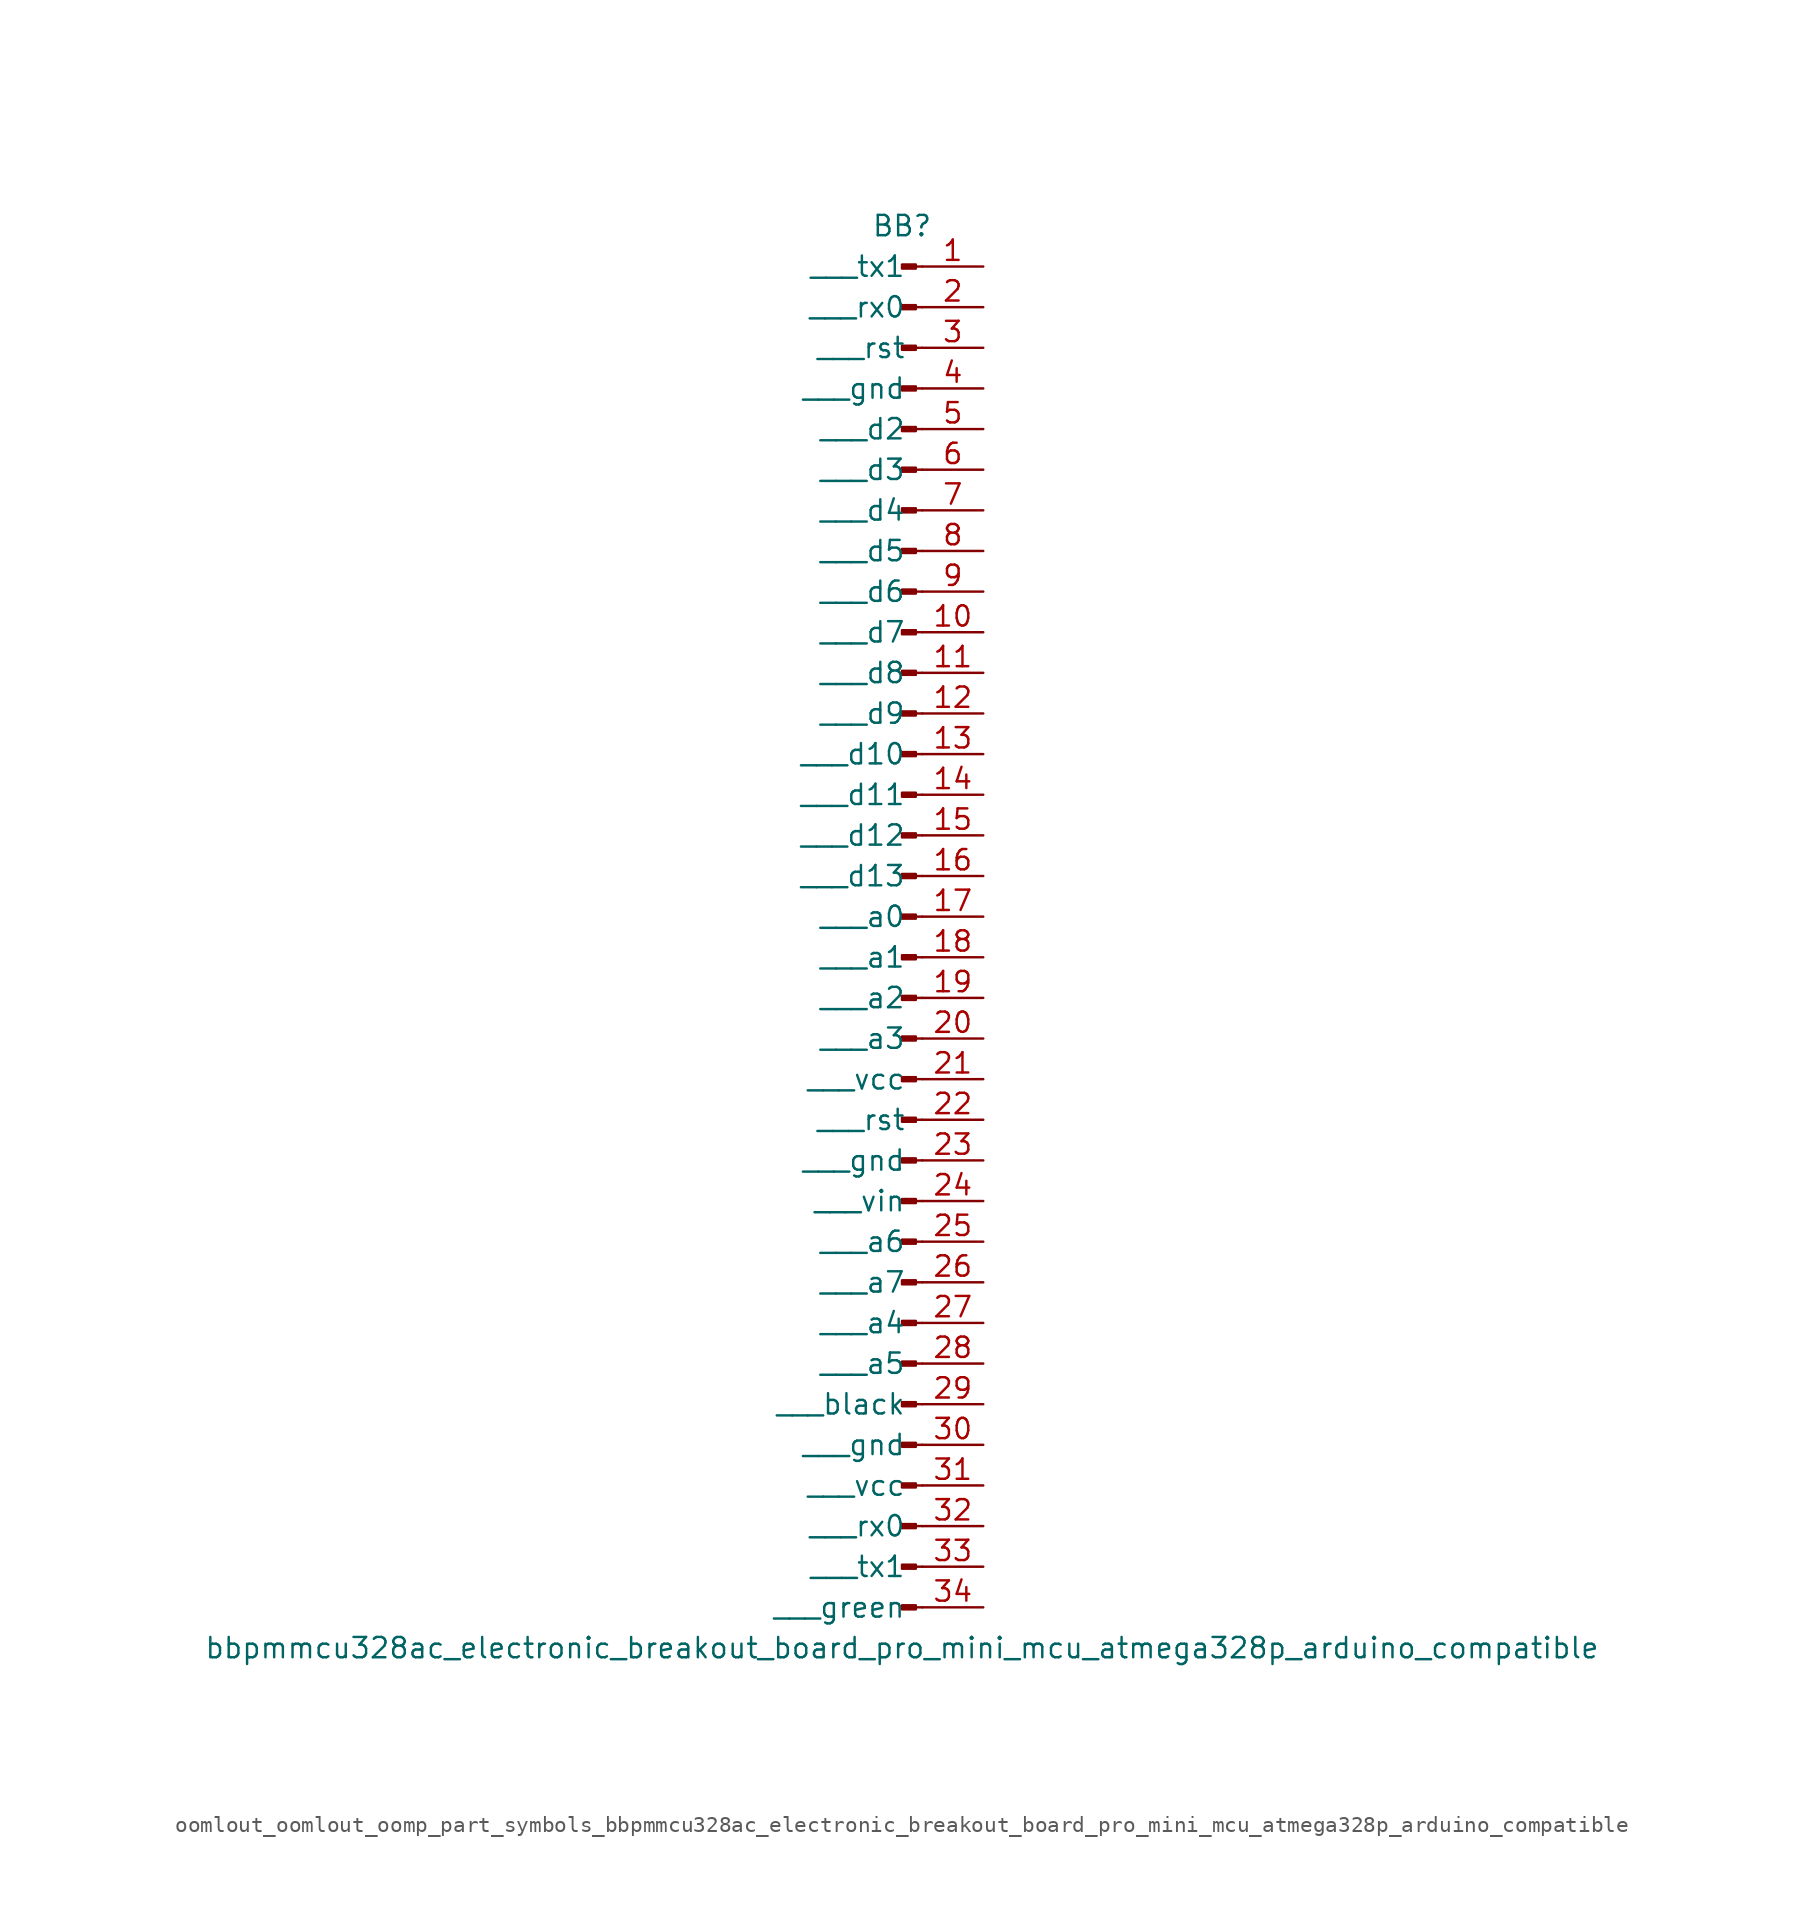
<source format=kicad_sym>
(kicad_symbol_lib
  (version 20220914)
  (generator kicad_symbol_editor)
  (symbol "oomlout_oomlout_oomp_part_symbols_bbpmmcu328ac_electronic_breakout_board_pro_mini_mcu_atmega328p_arduino_compatible"
    (pin_names
      (offset 1.016))
    (property "Reference" "BB"
      (at 0 43.18 0)
      (effects (font (size 1.27 1.27))))
    (property "Value" "bbpmmcu328ac_electronic_breakout_board_pro_mini_mcu_atmega328p_arduino_compatible"
      (at 0 -45.72 0)
      (effects (font (size 1.27 1.27))))
    (property "ki_locked" ""
      (at 0 0 0)
      (effects (font (size 1.27 1.27))))
    (symbol "oomlout_oomlout_oomp_part_symbols_bbpmmcu328ac_electronic_breakout_board_pro_mini_mcu_atmega328p_arduino_compatible_1_1"
      (polyline (pts (xy 1.27 -43.18) (xy 0.864 -43.18)) (stroke (width 0.152) (type default)) (fill (type none)))
      (polyline (pts (xy 1.27 -40.64) (xy 0.864 -40.64)) (stroke (width 0.152) (type default)) (fill (type none)))
      (polyline (pts (xy 1.27 -38.1) (xy 0.864 -38.1)) (stroke (width 0.152) (type default)) (fill (type none)))
      (polyline (pts (xy 1.27 -35.56) (xy 0.864 -35.56)) (stroke (width 0.152) (type default)) (fill (type none)))
      (polyline (pts (xy 1.27 -33.02) (xy 0.864 -33.02)) (stroke (width 0.152) (type default)) (fill (type none)))
      (polyline (pts (xy 1.27 -30.48) (xy 0.864 -30.48)) (stroke (width 0.152) (type default)) (fill (type none)))
      (polyline (pts (xy 1.27 -27.94) (xy 0.864 -27.94)) (stroke (width 0.152) (type default)) (fill (type none)))
      (polyline (pts (xy 1.27 -25.4) (xy 0.864 -25.4)) (stroke (width 0.152) (type default)) (fill (type none)))
      (polyline (pts (xy 1.27 -22.86) (xy 0.864 -22.86)) (stroke (width 0.152) (type default)) (fill (type none)))
      (polyline (pts (xy 1.27 -20.32) (xy 0.864 -20.32)) (stroke (width 0.152) (type default)) (fill (type none)))
      (polyline (pts (xy 1.27 -17.78) (xy 0.864 -17.78)) (stroke (width 0.152) (type default)) (fill (type none)))
      (polyline (pts (xy 1.27 -15.24) (xy 0.864 -15.24)) (stroke (width 0.152) (type default)) (fill (type none)))
      (polyline (pts (xy 1.27 -12.7) (xy 0.864 -12.7)) (stroke (width 0.152) (type default)) (fill (type none)))
      (polyline (pts (xy 1.27 -10.16) (xy 0.864 -10.16)) (stroke (width 0.152) (type default)) (fill (type none)))
      (polyline (pts (xy 1.27 -7.62) (xy 0.864 -7.62)) (stroke (width 0.152) (type default)) (fill (type none)))
      (polyline (pts (xy 1.27 -5.08) (xy 0.864 -5.08)) (stroke (width 0.152) (type default)) (fill (type none)))
      (polyline (pts (xy 1.27 -2.54) (xy 0.864 -2.54)) (stroke (width 0.152) (type default)) (fill (type none)))
      (polyline (pts (xy 1.27 0) (xy 0.864 0)) (stroke (width 0.152) (type default)) (fill (type none)))
      (polyline (pts (xy 1.27 2.54) (xy 0.864 2.54)) (stroke (width 0.152) (type default)) (fill (type none)))
      (polyline (pts (xy 1.27 5.08) (xy 0.864 5.08)) (stroke (width 0.152) (type default)) (fill (type none)))
      (polyline (pts (xy 1.27 7.62) (xy 0.864 7.62)) (stroke (width 0.152) (type default)) (fill (type none)))
      (polyline (pts (xy 1.27 10.16) (xy 0.864 10.16)) (stroke (width 0.152) (type default)) (fill (type none)))
      (polyline (pts (xy 1.27 12.7) (xy 0.864 12.7)) (stroke (width 0.152) (type default)) (fill (type none)))
      (polyline (pts (xy 1.27 15.24) (xy 0.864 15.24)) (stroke (width 0.152) (type default)) (fill (type none)))
      (polyline (pts (xy 1.27 17.78) (xy 0.864 17.78)) (stroke (width 0.152) (type default)) (fill (type none)))
      (polyline (pts (xy 1.27 20.32) (xy 0.864 20.32)) (stroke (width 0.152) (type default)) (fill (type none)))
      (polyline (pts (xy 1.27 22.86) (xy 0.864 22.86)) (stroke (width 0.152) (type default)) (fill (type none)))
      (polyline (pts (xy 1.27 25.4) (xy 0.864 25.4)) (stroke (width 0.152) (type default)) (fill (type none)))
      (polyline (pts (xy 1.27 27.94) (xy 0.864 27.94)) (stroke (width 0.152) (type default)) (fill (type none)))
      (polyline (pts (xy 1.27 30.48) (xy 0.864 30.48)) (stroke (width 0.152) (type default)) (fill (type none)))
      (polyline (pts (xy 1.27 33.02) (xy 0.864 33.02)) (stroke (width 0.152) (type default)) (fill (type none)))
      (polyline (pts (xy 1.27 35.56) (xy 0.864 35.56)) (stroke (width 0.152) (type default)) (fill (type none)))
      (polyline (pts (xy 1.27 38.1) (xy 0.864 38.1)) (stroke (width 0.152) (type default)) (fill (type none)))
      (polyline (pts (xy 1.27 40.64) (xy 0.864 40.64)) (stroke (width 0.152) (type default)) (fill (type none)))
      (rectangle (start 0.864 -43.053) (end 0 -43.307) (stroke (width 0.152) (type default)) (fill (type outline)))
      (rectangle (start 0.864 -40.513) (end 0 -40.767) (stroke (width 0.152) (type default)) (fill (type outline)))
      (rectangle (start 0.864 -37.973) (end 0 -38.227) (stroke (width 0.152) (type default)) (fill (type outline)))
      (rectangle (start 0.864 -35.433) (end 0 -35.687) (stroke (width 0.152) (type default)) (fill (type outline)))
      (rectangle (start 0.864 -32.893) (end 0 -33.147) (stroke (width 0.152) (type default)) (fill (type outline)))
      (rectangle (start 0.864 -30.353) (end 0 -30.607) (stroke (width 0.152) (type default)) (fill (type outline)))
      (rectangle (start 0.864 -27.813) (end 0 -28.067) (stroke (width 0.152) (type default)) (fill (type outline)))
      (rectangle (start 0.864 -25.273) (end 0 -25.527) (stroke (width 0.152) (type default)) (fill (type outline)))
      (rectangle (start 0.864 -22.733) (end 0 -22.987) (stroke (width 0.152) (type default)) (fill (type outline)))
      (rectangle (start 0.864 -20.193) (end 0 -20.447) (stroke (width 0.152) (type default)) (fill (type outline)))
      (rectangle (start 0.864 -17.653) (end 0 -17.907) (stroke (width 0.152) (type default)) (fill (type outline)))
      (rectangle (start 0.864 -15.113) (end 0 -15.367) (stroke (width 0.152) (type default)) (fill (type outline)))
      (rectangle (start 0.864 -12.573) (end 0 -12.827) (stroke (width 0.152) (type default)) (fill (type outline)))
      (rectangle (start 0.864 -10.033) (end 0 -10.287) (stroke (width 0.152) (type default)) (fill (type outline)))
      (rectangle (start 0.864 -7.493) (end 0 -7.747) (stroke (width 0.152) (type default)) (fill (type outline)))
      (rectangle (start 0.864 -4.953) (end 0 -5.207) (stroke (width 0.152) (type default)) (fill (type outline)))
      (rectangle (start 0.864 -2.413) (end 0 -2.667) (stroke (width 0.152) (type default)) (fill (type outline)))
      (rectangle (start 0.864 0.127) (end 0 -0.127) (stroke (width 0.152) (type default)) (fill (type outline)))
      (rectangle (start 0.864 2.667) (end 0 2.413) (stroke (width 0.152) (type default)) (fill (type outline)))
      (rectangle (start 0.864 5.207) (end 0 4.953) (stroke (width 0.152) (type default)) (fill (type outline)))
      (rectangle (start 0.864 7.747) (end 0 7.493) (stroke (width 0.152) (type default)) (fill (type outline)))
      (rectangle (start 0.864 10.287) (end 0 10.033) (stroke (width 0.152) (type default)) (fill (type outline)))
      (rectangle (start 0.864 12.827) (end 0 12.573) (stroke (width 0.152) (type default)) (fill (type outline)))
      (rectangle (start 0.864 15.367) (end 0 15.113) (stroke (width 0.152) (type default)) (fill (type outline)))
      (rectangle (start 0.864 17.907) (end 0 17.653) (stroke (width 0.152) (type default)) (fill (type outline)))
      (rectangle (start 0.864 20.447) (end 0 20.193) (stroke (width 0.152) (type default)) (fill (type outline)))
      (rectangle (start 0.864 22.987) (end 0 22.733) (stroke (width 0.152) (type default)) (fill (type outline)))
      (rectangle (start 0.864 25.527) (end 0 25.273) (stroke (width 0.152) (type default)) (fill (type outline)))
      (rectangle (start 0.864 28.067) (end 0 27.813) (stroke (width 0.152) (type default)) (fill (type outline)))
      (rectangle (start 0.864 30.607) (end 0 30.353) (stroke (width 0.152) (type default)) (fill (type outline)))
      (rectangle (start 0.864 33.147) (end 0 32.893) (stroke (width 0.152) (type default)) (fill (type outline)))
      (rectangle (start 0.864 35.687) (end 0 35.433) (stroke (width 0.152) (type default)) (fill (type outline)))
      (rectangle (start 0.864 38.227) (end 0 37.973) (stroke (width 0.152) (type default)) (fill (type outline)))
      (rectangle (start 0.864 40.767) (end 0 40.513) (stroke (width 0.152) (type default)) (fill (type outline)))
      (pin passive line (at 5.08 40.64 180) (length 3.81) (name "   tx1" (effects (font (size 1.27 1.27)))) (number "1" (effects (font (size 1.27 1.27)))))
      (pin passive line (at 5.08 17.78 180) (length 3.81) (name "   d7" (effects (font (size 1.27 1.27)))) (number "10" (effects (font (size 1.27 1.27)))))
      (pin passive line (at 5.08 15.24 180) (length 3.81) (name "   d8" (effects (font (size 1.27 1.27)))) (number "11" (effects (font (size 1.27 1.27)))))
      (pin passive line (at 5.08 12.7 180) (length 3.81) (name "   d9" (effects (font (size 1.27 1.27)))) (number "12" (effects (font (size 1.27 1.27)))))
      (pin passive line (at 5.08 10.16 180) (length 3.81) (name "   d10" (effects (font (size 1.27 1.27)))) (number "13" (effects (font (size 1.27 1.27)))))
      (pin passive line (at 5.08 7.62 180) (length 3.81) (name "   d11" (effects (font (size 1.27 1.27)))) (number "14" (effects (font (size 1.27 1.27)))))
      (pin passive line (at 5.08 5.08 180) (length 3.81) (name "   d12" (effects (font (size 1.27 1.27)))) (number "15" (effects (font (size 1.27 1.27)))))
      (pin passive line (at 5.08 2.54 180) (length 3.81) (name "   d13" (effects (font (size 1.27 1.27)))) (number "16" (effects (font (size 1.27 1.27)))))
      (pin passive line (at 5.08 0 180) (length 3.81) (name "   a0" (effects (font (size 1.27 1.27)))) (number "17" (effects (font (size 1.27 1.27)))))
      (pin passive line (at 5.08 -2.54 180) (length 3.81) (name "   a1" (effects (font (size 1.27 1.27)))) (number "18" (effects (font (size 1.27 1.27)))))
      (pin passive line (at 5.08 -5.08 180) (length 3.81) (name "   a2" (effects (font (size 1.27 1.27)))) (number "19" (effects (font (size 1.27 1.27)))))
      (pin passive line (at 5.08 38.1 180) (length 3.81) (name "   rx0" (effects (font (size 1.27 1.27)))) (number "2" (effects (font (size 1.27 1.27)))))
      (pin passive line (at 5.08 -7.62 180) (length 3.81) (name "   a3" (effects (font (size 1.27 1.27)))) (number "20" (effects (font (size 1.27 1.27)))))
      (pin passive line (at 5.08 -10.16 180) (length 3.81) (name "   vcc" (effects (font (size 1.27 1.27)))) (number "21" (effects (font (size 1.27 1.27)))))
      (pin passive line (at 5.08 -12.7 180) (length 3.81) (name "   rst" (effects (font (size 1.27 1.27)))) (number "22" (effects (font (size 1.27 1.27)))))
      (pin passive line (at 5.08 -15.24 180) (length 3.81) (name "   gnd" (effects (font (size 1.27 1.27)))) (number "23" (effects (font (size 1.27 1.27)))))
      (pin passive line (at 5.08 -17.78 180) (length 3.81) (name "   vin" (effects (font (size 1.27 1.27)))) (number "24" (effects (font (size 1.27 1.27)))))
      (pin passive line (at 5.08 -20.32 180) (length 3.81) (name "   a6" (effects (font (size 1.27 1.27)))) (number "25" (effects (font (size 1.27 1.27)))))
      (pin passive line (at 5.08 -22.86 180) (length 3.81) (name "   a7" (effects (font (size 1.27 1.27)))) (number "26" (effects (font (size 1.27 1.27)))))
      (pin passive line (at 5.08 -25.4 180) (length 3.81) (name "   a4" (effects (font (size 1.27 1.27)))) (number "27" (effects (font (size 1.27 1.27)))))
      (pin passive line (at 5.08 -27.94 180) (length 3.81) (name "   a5" (effects (font (size 1.27 1.27)))) (number "28" (effects (font (size 1.27 1.27)))))
      (pin passive line (at 5.08 -30.48 180) (length 3.81) (name "   black" (effects (font (size 1.27 1.27)))) (number "29" (effects (font (size 1.27 1.27)))))
      (pin passive line (at 5.08 35.56 180) (length 3.81) (name "   rst" (effects (font (size 1.27 1.27)))) (number "3" (effects (font (size 1.27 1.27)))))
      (pin passive line (at 5.08 -33.02 180) (length 3.81) (name "   gnd" (effects (font (size 1.27 1.27)))) (number "30" (effects (font (size 1.27 1.27)))))
      (pin passive line (at 5.08 -35.56 180) (length 3.81) (name "   vcc" (effects (font (size 1.27 1.27)))) (number "31" (effects (font (size 1.27 1.27)))))
      (pin passive line (at 5.08 -38.1 180) (length 3.81) (name "   rx0" (effects (font (size 1.27 1.27)))) (number "32" (effects (font (size 1.27 1.27)))))
      (pin passive line (at 5.08 -40.64 180) (length 3.81) (name "   tx1" (effects (font (size 1.27 1.27)))) (number "33" (effects (font (size 1.27 1.27)))))
      (pin passive line (at 5.08 -43.18 180) (length 3.81) (name "   green" (effects (font (size 1.27 1.27)))) (number "34" (effects (font (size 1.27 1.27)))))
      (pin passive line (at 5.08 33.02 180) (length 3.81) (name "   gnd" (effects (font (size 1.27 1.27)))) (number "4" (effects (font (size 1.27 1.27)))))
      (pin passive line (at 5.08 30.48 180) (length 3.81) (name "   d2" (effects (font (size 1.27 1.27)))) (number "5" (effects (font (size 1.27 1.27)))))
      (pin passive line (at 5.08 27.94 180) (length 3.81) (name "   d3" (effects (font (size 1.27 1.27)))) (number "6" (effects (font (size 1.27 1.27)))))
      (pin passive line (at 5.08 25.4 180) (length 3.81) (name "   d4" (effects (font (size 1.27 1.27)))) (number "7" (effects (font (size 1.27 1.27)))))
      (pin passive line (at 5.08 22.86 180) (length 3.81) (name "   d5" (effects (font (size 1.27 1.27)))) (number "8" (effects (font (size 1.27 1.27)))))
      (pin passive line (at 5.08 20.32 180) (length 3.81) (name "   d6" (effects (font (size 1.27 1.27)))) (number "9" (effects (font (size 1.27 1.27))))))))
</source>
